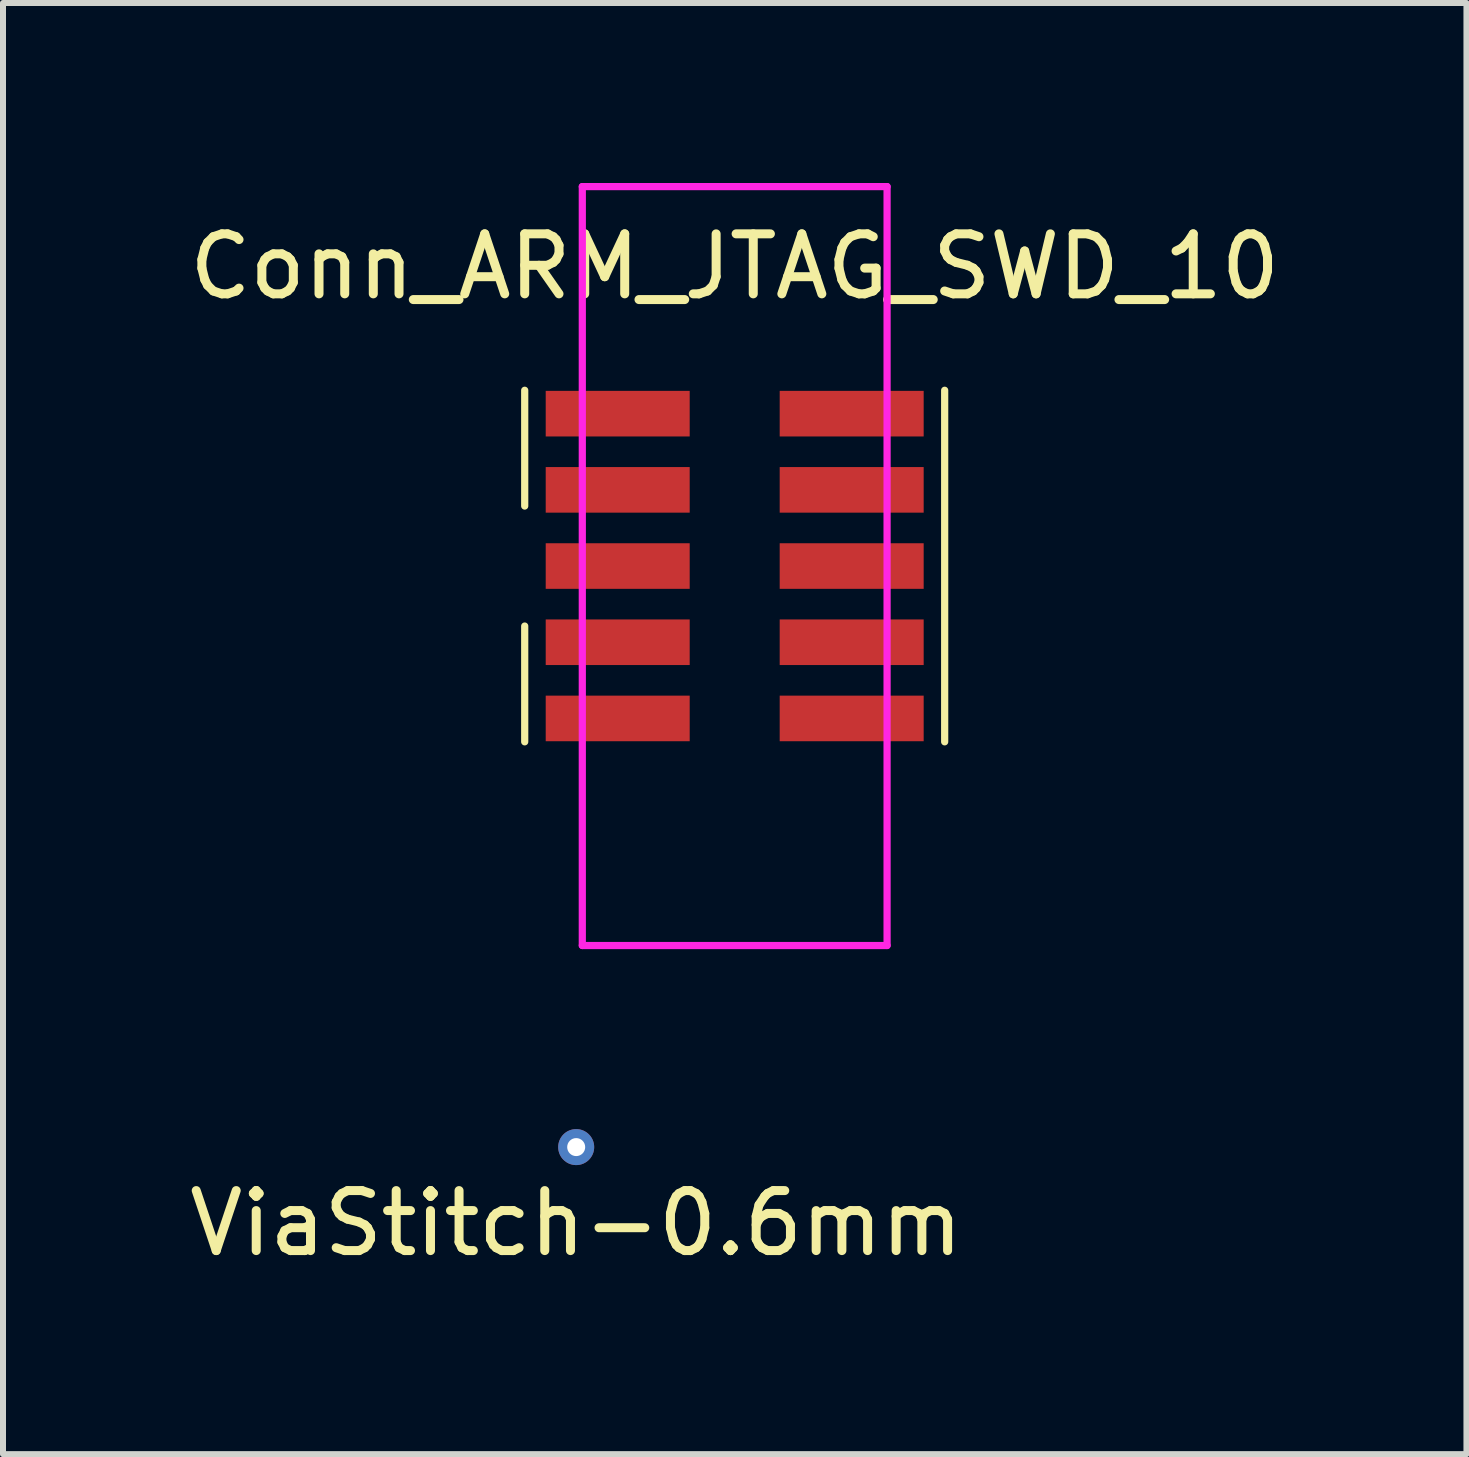
<source format=kicad_pcb>
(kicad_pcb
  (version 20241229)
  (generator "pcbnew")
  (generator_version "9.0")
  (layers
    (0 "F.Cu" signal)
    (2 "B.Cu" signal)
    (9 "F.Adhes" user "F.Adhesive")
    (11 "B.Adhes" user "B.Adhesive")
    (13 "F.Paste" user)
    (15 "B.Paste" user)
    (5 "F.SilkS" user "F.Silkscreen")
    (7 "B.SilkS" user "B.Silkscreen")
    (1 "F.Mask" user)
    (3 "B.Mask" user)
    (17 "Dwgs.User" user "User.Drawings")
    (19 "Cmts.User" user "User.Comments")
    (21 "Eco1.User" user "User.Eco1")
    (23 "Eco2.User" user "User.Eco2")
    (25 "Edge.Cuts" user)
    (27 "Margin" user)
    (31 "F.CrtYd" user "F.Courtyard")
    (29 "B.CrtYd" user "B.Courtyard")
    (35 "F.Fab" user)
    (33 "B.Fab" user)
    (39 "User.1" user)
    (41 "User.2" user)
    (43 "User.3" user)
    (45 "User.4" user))
  (footprint "ViaStitch-0.6mm"
    (layer "F.Cu")
    (at 6.554 16.07)
    (property "Reference" "ViaStitch-0.6mm" (at 0 1.27 0) (layer "F.SilkS") (effects (font (size 1 1) (thickness 0.15))))
    (attr through_hole)
    (pad "1" thru_hole circle (at 0 0) (size 0.6 0.6) (drill 0.3) (layers "*.Cu")))
  (footprint "Conn_ARM_JTAG_SWD_10"
    (layer "F.Cu")
    (at 9.196 6.385)
    (property "Reference" "Conn_ARM_JTAG_SWD_10" (at 0 -4.992 0) (layer "F.SilkS") (effects (font (size 1 1) (thickness 0.15))))
    (attr through_hole)
    (fp_line (start -3.5 -2.93) (end -3.5 -1) (stroke (width 0.12) (type solid)) (layer "F.SilkS"))
    (fp_line (start -3.5 1) (end -3.5 2.93) (stroke (width 0.12) (type solid)) (layer "F.SilkS"))
    (fp_line (start 3.5 -2.93) (end 3.5 2.93) (stroke (width 0.12) (type solid)) (layer "F.SilkS"))
    (fp_line (start -2.54 -6.325) (end -2.54 6.325) (stroke (width 0.12) (type solid)) (layer "F.CrtYd"))
    (fp_line (start -2.54 6.325) (end 2.54 6.325) (stroke (width 0.12) (type solid)) (layer "F.CrtYd"))
    (fp_line (start 2.54 -6.325) (end -2.54 -6.325) (stroke (width 0.12) (type solid)) (layer "F.CrtYd"))
    (fp_line (start 2.54 6.325) (end 2.54 -6.325) (stroke (width 0.12) (type solid)) (layer "F.CrtYd"))
    (pad "1" smd rect (at -1.95 -2.54) (size 2.4 0.76) (layers "F.Cu" "F.Mask" "F.Paste"))
    (pad "2" smd rect (at 1.95 -2.54) (size 2.4 0.76) (layers "F.Cu" "F.Mask" "F.Paste"))
    (pad "3" smd rect (at -1.95 -1.27) (size 2.4 0.76) (layers "F.Cu" "F.Mask" "F.Paste"))
    (pad "4" smd rect (at 1.95 -1.27) (size 2.4 0.76) (layers "F.Cu" "F.Mask" "F.Paste"))
    (pad "5" smd rect (at -1.95 0) (size 2.4 0.76) (layers "F.Cu" "F.Mask" "F.Paste"))
    (pad "6" smd rect (at 1.95 0) (size 2.4 0.76) (layers "F.Cu" "F.Mask" "F.Paste"))
    (pad "7" smd rect (at -1.95 1.27) (size 2.4 0.76) (layers "F.Cu" "F.Mask" "F.Paste"))
    (pad "8" smd rect (at 1.95 1.27) (size 2.4 0.76) (layers "F.Cu" "F.Mask" "F.Paste"))
    (pad "9" smd rect (at -1.95 2.54) (size 2.4 0.76) (layers "F.Cu" "F.Mask" "F.Paste"))
    (pad "10" smd rect (at 1.95 2.54) (size 2.4 0.76) (layers "F.Cu" "F.Mask" "F.Paste")))
  (gr_rect
    (start -3 -3)
    (end 21.393 21.188)
    (stroke (width 0.1) (type default))
    (fill no)
    (layer "Edge.Cuts")))
</source>
